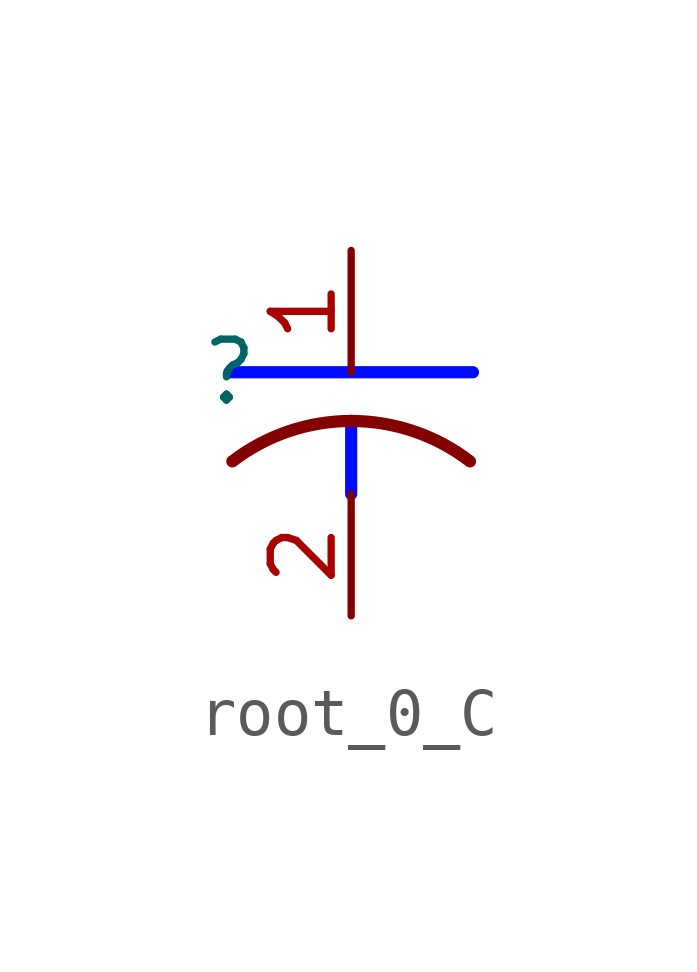
<source format=kicad_sym>
(kicad_symbol_lib
  (version 20231120)
  (generator "kicad_symbol_editor")
  (generator_version "8.0")
  (symbol "root_0_C"
    (property "Reference" ""
      (at 0 0 0)
      (effects (font (size 1.27 1.27))))
    (property "Value" ""
      (at 0 0 0)
      (effects (font (size 1.27 1.27))))
    (symbol "root_0_C_1_0"
      (polyline (pts (xy 0 0) (xy 5.08 0)) (stroke (width 0.254) (type solid) (color 0 11 255 1)) (fill (type none)))
      (polyline (pts (xy 2.54 -1.016) (xy 2.54 -2.54)) (stroke (width 0.254) (type solid) (color 0 11 255 1)) (fill (type none)))
      (arc (start 2.54 -1.016) (mid 1.2313 -1.2325) (end 0.0621 -1.8588) (stroke (width 0.254) (type solid)) (fill (type none)))
      (arc (start 5.0179 -1.8588) (mid 3.8487 -1.2325) (end 2.54 -1.016) (stroke (width 0.254) (type solid)) (fill (type none)))
      (pin passive line (at 2.54 2.54 270) (length 2.54) (name "1" (effects (font (size 0 0)))) (number "1" (effects (font (size 1.27 1.27)))))
      (pin passive line (at 2.54 -5.08 90) (length 2.54) (name "2" (effects (font (size 0 0)))) (number "2" (effects (font (size 1.27 1.27))))))))
</source>
